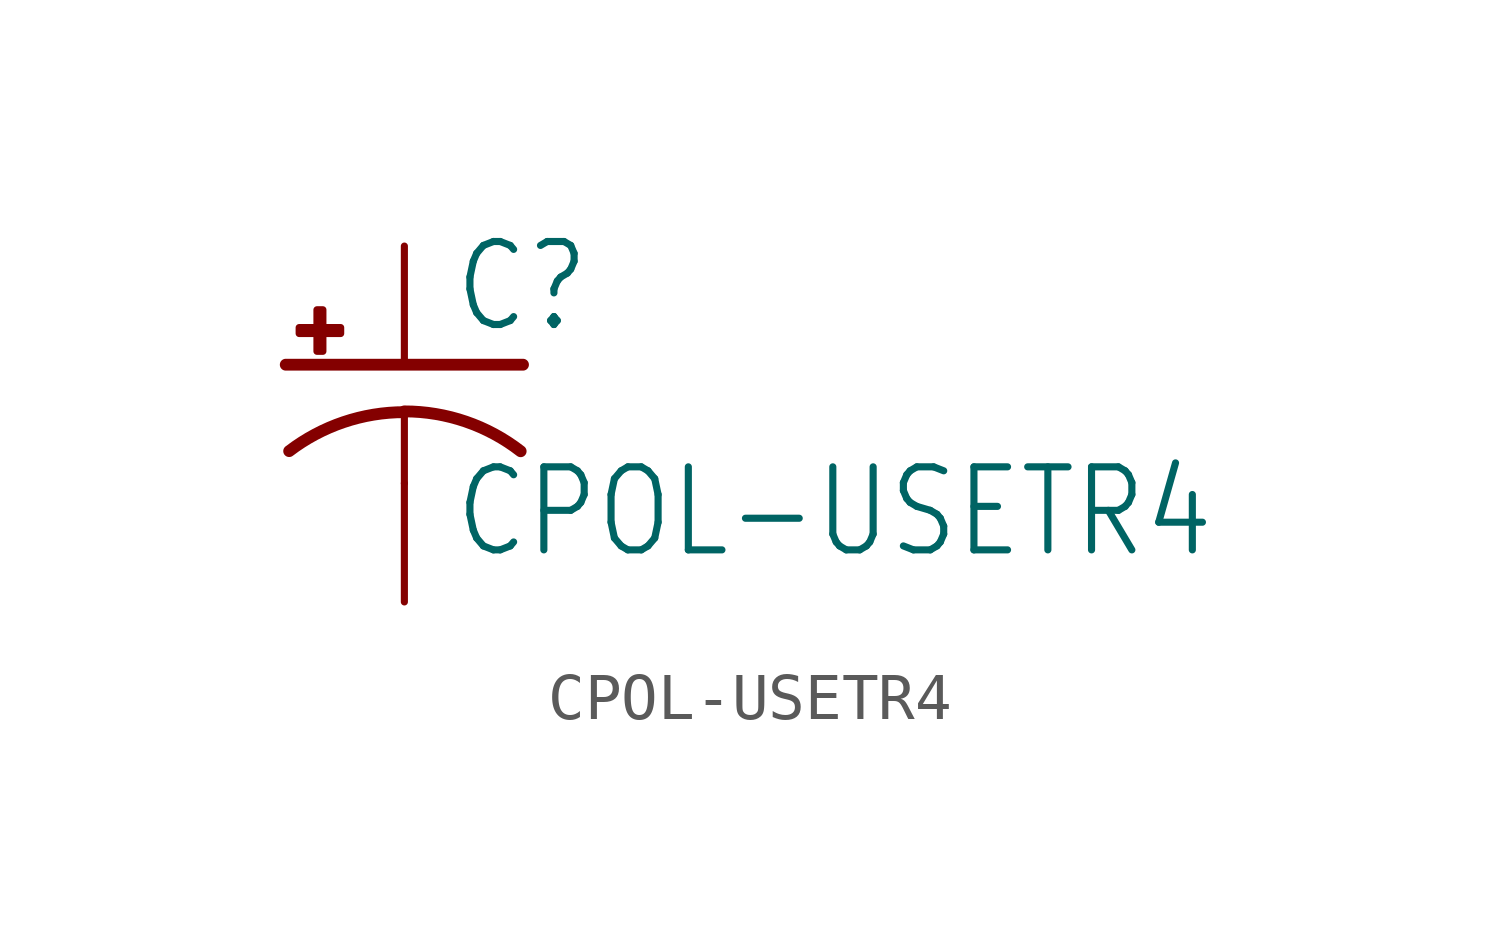
<source format=kicad_sym>
(kicad_symbol_lib
  (version 20220914)
  (generator kicad_symbol_editor)
  (symbol "CPOL-USETR4"
    (property "Reference" "C"
      (at 1.016 0.635 0)
      (effects (font (size 1.778 1.511)) (justify left bottom)))
    (property "Value" "CPOL-USETR4"
      (at 1.016 -4.191 0)
      (effects (font (size 1.778 1.511)) (justify left bottom)))
    (property "ki_locked" ""
      (at 0 0 0)
      (effects (font (size 1.27 1.27))))
    (symbol "CPOL-USETR4_1_0"
      (rectangle (start -2.253 0.668) (end -1.364 0.795) (stroke (width 0) (type default)) (fill (type outline)))
      (rectangle (start -1.872 0.287) (end -1.745 1.176) (stroke (width 0) (type default)) (fill (type outline)))
      (arc (start 0 -1.0161) (mid -1.3021 -1.2302) (end -2.4669 -1.8504) (stroke (width 0.254) (type default)) (fill (type none)))
      (polyline (pts (xy -2.54 0) (xy 2.54 0)) (stroke (width 0.254) (type default)) (fill (type none)))
      (polyline (pts (xy 0 -1.016) (xy 0 -2.54)) (stroke (width 0.152) (type default)) (fill (type none)))
      (arc (start 2.4892 -1.8542) (mid 1.3158 -1.2195) (end 0 -1) (stroke (width 0.254) (type default)) (fill (type none)))
      (pin passive line (at 0 2.54 270) (length 2.54) (name "+" (effects (font (size 0 0)))) (number "+" (effects (font (size 0 0)))))
      (pin passive line (at 0 -5.08 90) (length 2.54) (name "-" (effects (font (size 0 0)))) (number "-" (effects (font (size 0 0))))))))
</source>
